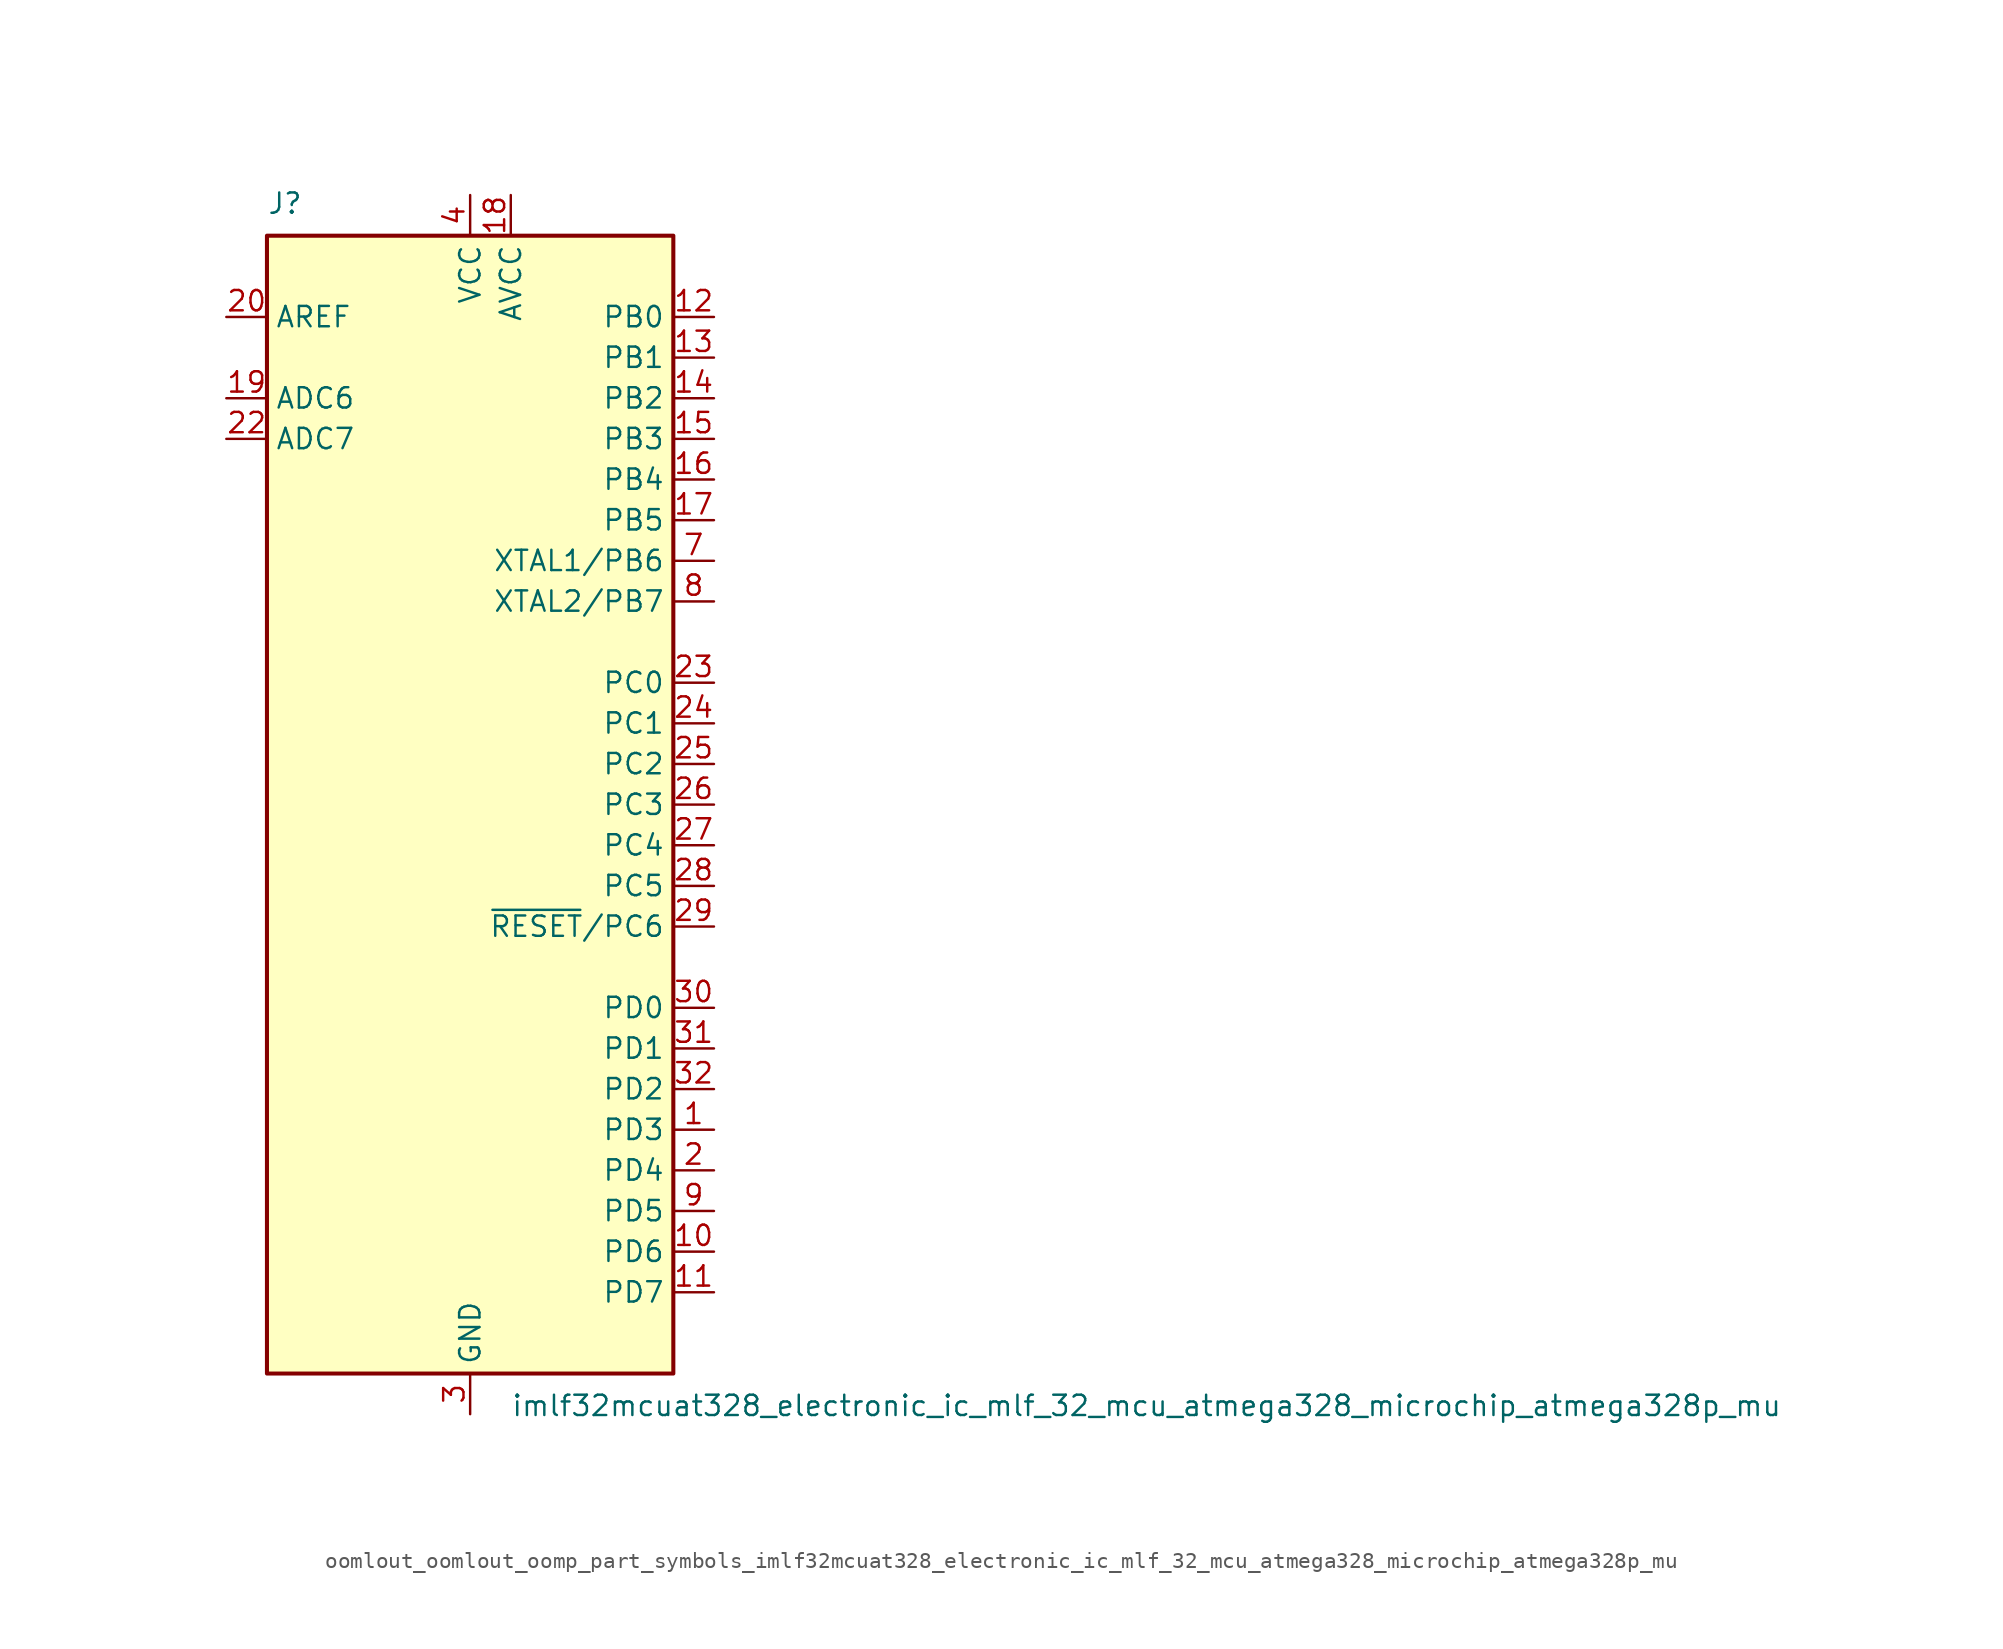
<source format=kicad_sym>
(kicad_symbol_lib
  (version 20220914)
  (generator kicad_symbol_editor)
  (symbol "oomlout_oomlout_oomp_part_symbols_imlf32mcuat328_electronic_ic_mlf_32_mcu_atmega328_microchip_atmega328p_mu"
    (property "Reference" "J"
      (at -12.7 36.83 0)
      (effects (font (size 1.27 1.27)) (justify left bottom)))
    (property "Value" "imlf32mcuat328_electronic_ic_mlf_32_mcu_atmega328_microchip_atmega328p_mu"
      (at 2.54 -36.83 0)
      (effects (font (size 1.27 1.27)) (justify left top)))
    (symbol "oomlout_oomlout_oomp_part_symbols_imlf32mcuat328_electronic_ic_mlf_32_mcu_atmega328_microchip_atmega328p_mu_0_1"
      (rectangle (start -12.7 -35.56) (end 12.7 35.56) (stroke (width 0.254) (type default)) (fill (type background))))
    (symbol "oomlout_oomlout_oomp_part_symbols_imlf32mcuat328_electronic_ic_mlf_32_mcu_atmega328_microchip_atmega328p_mu_1_1"
      (pin bidirectional line (at 15.24 -20.32 180) (length 2.54) (name "PD3" (effects (font (size 1.27 1.27)))) (number "1" (effects (font (size 1.27 1.27)))))
      (pin bidirectional line (at 15.24 -27.94 180) (length 2.54) (name "PD6" (effects (font (size 1.27 1.27)))) (number "10" (effects (font (size 1.27 1.27)))))
      (pin bidirectional line (at 15.24 -30.48 180) (length 2.54) (name "PD7" (effects (font (size 1.27 1.27)))) (number "11" (effects (font (size 1.27 1.27)))))
      (pin bidirectional line (at 15.24 30.48 180) (length 2.54) (name "PB0" (effects (font (size 1.27 1.27)))) (number "12" (effects (font (size 1.27 1.27)))))
      (pin bidirectional line (at 15.24 27.94 180) (length 2.54) (name "PB1" (effects (font (size 1.27 1.27)))) (number "13" (effects (font (size 1.27 1.27)))))
      (pin bidirectional line (at 15.24 25.4 180) (length 2.54) (name "PB2" (effects (font (size 1.27 1.27)))) (number "14" (effects (font (size 1.27 1.27)))))
      (pin bidirectional line (at 15.24 22.86 180) (length 2.54) (name "PB3" (effects (font (size 1.27 1.27)))) (number "15" (effects (font (size 1.27 1.27)))))
      (pin bidirectional line (at 15.24 20.32 180) (length 2.54) (name "PB4" (effects (font (size 1.27 1.27)))) (number "16" (effects (font (size 1.27 1.27)))))
      (pin bidirectional line (at 15.24 17.78 180) (length 2.54) (name "PB5" (effects (font (size 1.27 1.27)))) (number "17" (effects (font (size 1.27 1.27)))))
      (pin power_in line (at 2.54 38.1 270) (length 2.54) (name "AVCC" (effects (font (size 1.27 1.27)))) (number "18" (effects (font (size 1.27 1.27)))))
      (pin input line (at -15.24 25.4 0) (length 2.54) (name "ADC6" (effects (font (size 1.27 1.27)))) (number "19" (effects (font (size 1.27 1.27)))))
      (pin bidirectional line (at 15.24 -22.86 180) (length 2.54) (name "PD4" (effects (font (size 1.27 1.27)))) (number "2" (effects (font (size 1.27 1.27)))))
      (pin passive line (at -15.24 30.48 0) (length 2.54) (name "AREF" (effects (font (size 1.27 1.27)))) (number "20" (effects (font (size 1.27 1.27)))))
      (pin passive line (at 0 -38.1 90) (length 2.54) hide (name "GND" (effects (font (size 1.27 1.27)))) (number "21" (effects (font (size 1.27 1.27)))))
      (pin input line (at -15.24 22.86 0) (length 2.54) (name "ADC7" (effects (font (size 1.27 1.27)))) (number "22" (effects (font (size 1.27 1.27)))))
      (pin bidirectional line (at 15.24 7.62 180) (length 2.54) (name "PC0" (effects (font (size 1.27 1.27)))) (number "23" (effects (font (size 1.27 1.27)))))
      (pin bidirectional line (at 15.24 5.08 180) (length 2.54) (name "PC1" (effects (font (size 1.27 1.27)))) (number "24" (effects (font (size 1.27 1.27)))))
      (pin bidirectional line (at 15.24 2.54 180) (length 2.54) (name "PC2" (effects (font (size 1.27 1.27)))) (number "25" (effects (font (size 1.27 1.27)))))
      (pin bidirectional line (at 15.24 0 180) (length 2.54) (name "PC3" (effects (font (size 1.27 1.27)))) (number "26" (effects (font (size 1.27 1.27)))))
      (pin bidirectional line (at 15.24 -2.54 180) (length 2.54) (name "PC4" (effects (font (size 1.27 1.27)))) (number "27" (effects (font (size 1.27 1.27)))))
      (pin bidirectional line (at 15.24 -5.08 180) (length 2.54) (name "PC5" (effects (font (size 1.27 1.27)))) (number "28" (effects (font (size 1.27 1.27)))))
      (pin bidirectional line (at 15.24 -7.62 180) (length 2.54) (name "~{RESET}/PC6" (effects (font (size 1.27 1.27)))) (number "29" (effects (font (size 1.27 1.27)))))
      (pin power_in line (at 0 -38.1 90) (length 2.54) (name "GND" (effects (font (size 1.27 1.27)))) (number "3" (effects (font (size 1.27 1.27)))))
      (pin bidirectional line (at 15.24 -12.7 180) (length 2.54) (name "PD0" (effects (font (size 1.27 1.27)))) (number "30" (effects (font (size 1.27 1.27)))))
      (pin bidirectional line (at 15.24 -15.24 180) (length 2.54) (name "PD1" (effects (font (size 1.27 1.27)))) (number "31" (effects (font (size 1.27 1.27)))))
      (pin bidirectional line (at 15.24 -17.78 180) (length 2.54) (name "PD2" (effects (font (size 1.27 1.27)))) (number "32" (effects (font (size 1.27 1.27)))))
      (pin passive line (at 0 -38.1 90) (length 2.54) hide (name "GND" (effects (font (size 1.27 1.27)))) (number "33" (effects (font (size 1.27 1.27)))))
      (pin power_in line (at 0 38.1 270) (length 2.54) (name "VCC" (effects (font (size 1.27 1.27)))) (number "4" (effects (font (size 1.27 1.27)))))
      (pin passive line (at 0 -38.1 90) (length 2.54) hide (name "GND" (effects (font (size 1.27 1.27)))) (number "5" (effects (font (size 1.27 1.27)))))
      (pin passive line (at 0 38.1 270) (length 2.54) hide (name "VCC" (effects (font (size 1.27 1.27)))) (number "6" (effects (font (size 1.27 1.27)))))
      (pin bidirectional line (at 15.24 15.24 180) (length 2.54) (name "XTAL1/PB6" (effects (font (size 1.27 1.27)))) (number "7" (effects (font (size 1.27 1.27)))))
      (pin bidirectional line (at 15.24 12.7 180) (length 2.54) (name "XTAL2/PB7" (effects (font (size 1.27 1.27)))) (number "8" (effects (font (size 1.27 1.27)))))
      (pin bidirectional line (at 15.24 -25.4 180) (length 2.54) (name "PD5" (effects (font (size 1.27 1.27)))) (number "9" (effects (font (size 1.27 1.27))))))))
</source>
